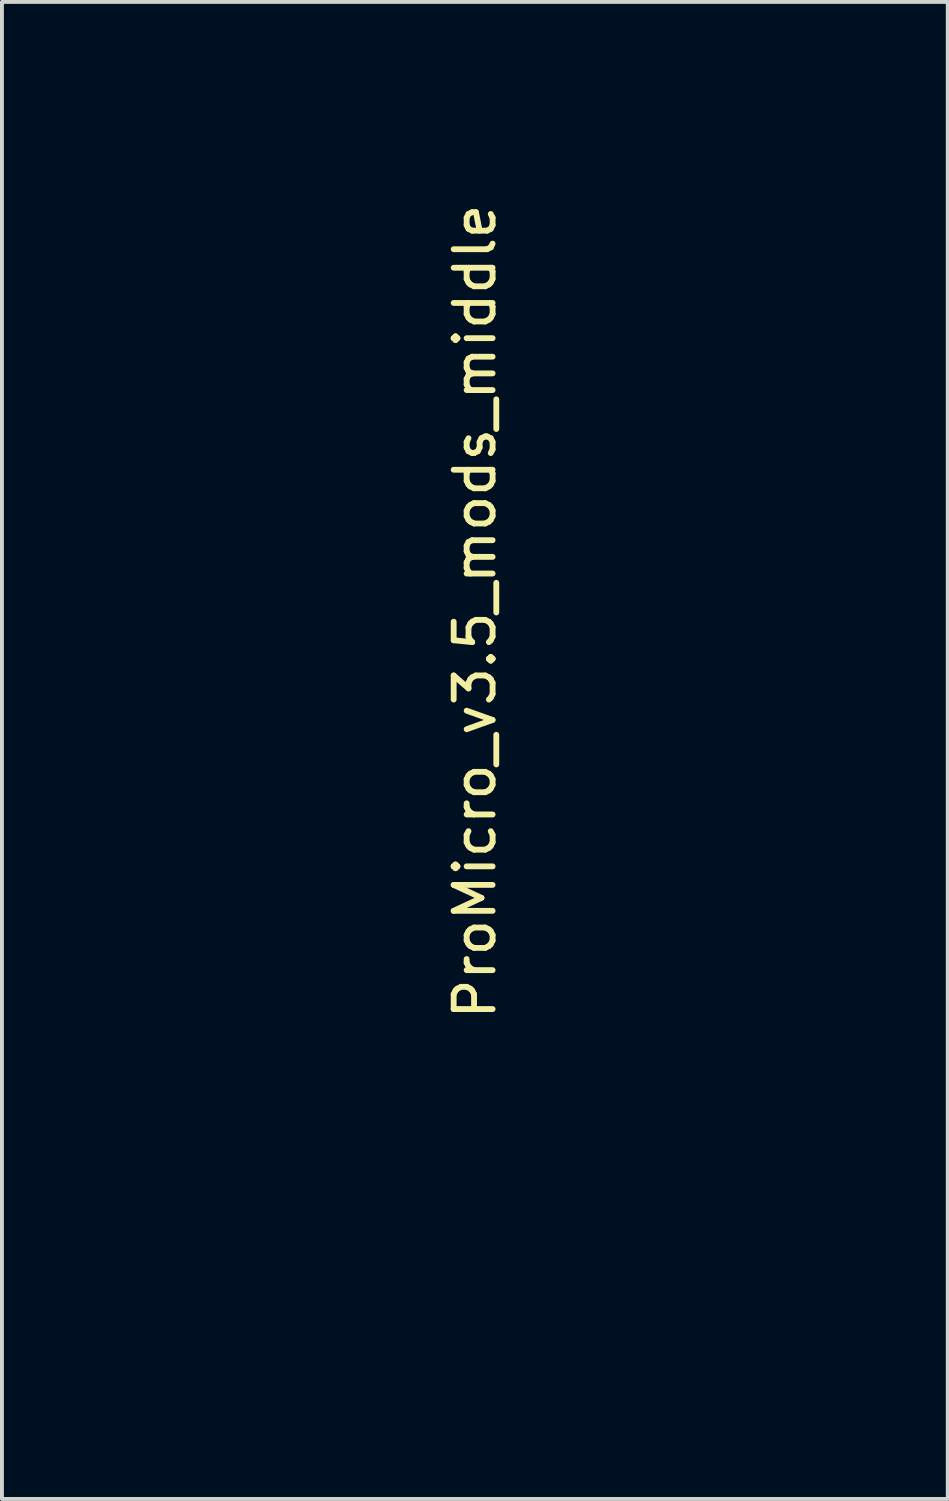
<source format=kicad_pcb>
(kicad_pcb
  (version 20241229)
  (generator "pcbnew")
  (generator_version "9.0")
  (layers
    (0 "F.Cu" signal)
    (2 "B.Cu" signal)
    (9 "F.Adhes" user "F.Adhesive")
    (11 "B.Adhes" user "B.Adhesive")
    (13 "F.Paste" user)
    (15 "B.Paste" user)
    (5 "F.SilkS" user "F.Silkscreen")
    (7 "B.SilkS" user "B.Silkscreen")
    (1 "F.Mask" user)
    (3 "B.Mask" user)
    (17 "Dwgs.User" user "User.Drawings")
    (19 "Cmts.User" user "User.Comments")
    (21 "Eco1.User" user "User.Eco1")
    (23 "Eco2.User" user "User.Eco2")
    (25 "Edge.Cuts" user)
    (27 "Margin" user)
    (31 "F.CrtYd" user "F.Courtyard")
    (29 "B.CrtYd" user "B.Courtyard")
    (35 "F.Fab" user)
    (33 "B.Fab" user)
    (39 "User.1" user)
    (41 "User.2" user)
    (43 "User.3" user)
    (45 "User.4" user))
  (footprint "ProMicro_v3.5_mods_middle"
    (layer "F.Cu")
    (at 9.152 17.663)
    (property "Reference" "ProMicro_v3.5_mods_middle" (at 0 -5 270) (layer "F.SilkS") (effects (font (size 1 1) (thickness 0.15))))
    (attr through_hole)
    (fp_line (start -9.102 14.472) (end -9.1 -15.97) (stroke (width 0.1) (type solid)) (layer "User.3"))
    (fp_line (start -8.822 14.752) (end -6.38 14.75) (stroke (width 0.1) (type solid)) (layer "User.3"))
    (fp_line (start -8.82 -16.25) (end -6.38 -16.25) (stroke (width 0.1) (type solid)) (layer "User.3"))
    (fp_line (start -6.1 -15.97) (end -6.1 14.47) (stroke (width 0.1) (type solid)) (layer "User.3"))
    (fp_line (start 6.1 14.47) (end 6.1 -15.97) (stroke (width 0.1) (type solid)) (layer "User.3"))
    (fp_line (start 6.38 -16.25) (end 8.85 -16.25) (stroke (width 0.1) (type solid)) (layer "User.3"))
    (fp_line (start 6.38 14.75) (end 8.82 14.75) (stroke (width 0.1) (type solid)) (layer "User.3"))
    (fp_line (start 9.1 -15.97) (end 9.1 14.47) (stroke (width 0.1) (type solid)) (layer "User.3"))
    (fp_arc (start -9.1 -15.97) (mid -9.01799 -16.16799) (end -8.82 -16.25) (stroke (width 0.1) (type solid)) (layer "User.3"))
    (fp_arc (start -8.82201 14.75201) (mid -9.02 14.67) (end -9.10201 14.47201) (stroke (width 0.1) (type solid)) (layer "User.3"))
    (fp_arc (start -6.38 -16.25) (mid -6.18201 -16.16799) (end -6.1 -15.97) (stroke (width 0.1) (type solid)) (layer "User.3"))
    (fp_arc (start -6.1 14.47) (mid -6.18201 14.66799) (end -6.38 14.75) (stroke (width 0.1) (type solid)) (layer "User.3"))
    (fp_arc (start 6.1 -15.97) (mid 6.18201 -16.16799) (end 6.38 -16.25) (stroke (width 0.1) (type solid)) (layer "User.3"))
    (fp_arc (start 6.38 14.75) (mid 6.18201 14.66799) (end 6.1 14.47) (stroke (width 0.1) (type solid)) (layer "User.3"))
    (fp_arc (start 8.82 -16.25) (mid 9.01799 -16.16799) (end 9.1 -15.97) (stroke (width 0.1) (type solid)) (layer "User.3"))
    (fp_arc (start 9.1 14.47) (mid 9.01799 14.66799) (end 8.82 14.75) (stroke (width 0.1) (type solid)) (layer "User.3"))
    (fp_text user "" (at -0.545 -17.4 0) (layer "F.SilkS") (effects (font (size 1 1) (thickness 0.15))))
    (fp_text user "" (at -1.252 -16.256 0) (layer "B.SilkS") (effects (font (size 1 1) (thickness 0.15)) (justify mirror))))
  (gr_rect
    (start -3 -3)
    (end 21.302 35.465)
    (stroke (width 0.1) (type default))
    (fill no)
    (layer "Edge.Cuts")))
</source>
